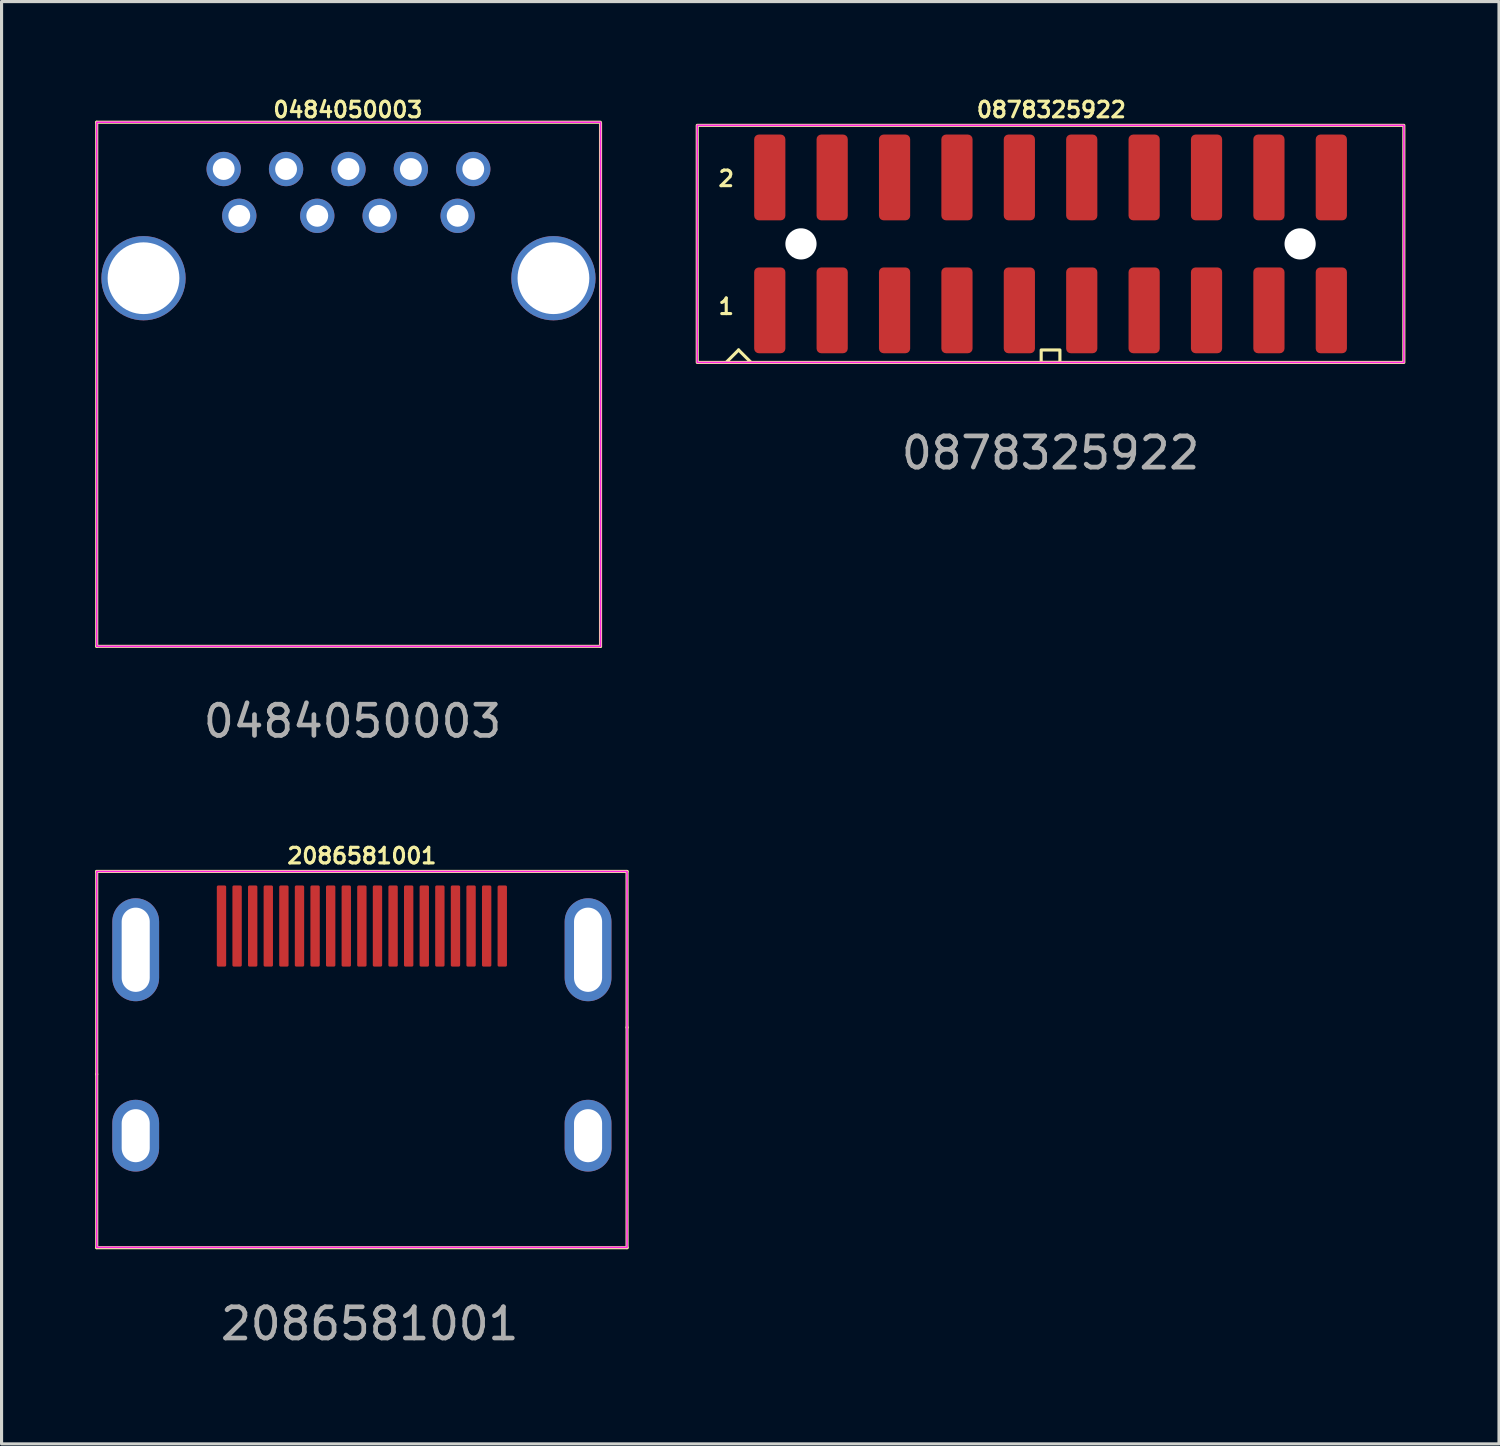
<source format=kicad_pcb>
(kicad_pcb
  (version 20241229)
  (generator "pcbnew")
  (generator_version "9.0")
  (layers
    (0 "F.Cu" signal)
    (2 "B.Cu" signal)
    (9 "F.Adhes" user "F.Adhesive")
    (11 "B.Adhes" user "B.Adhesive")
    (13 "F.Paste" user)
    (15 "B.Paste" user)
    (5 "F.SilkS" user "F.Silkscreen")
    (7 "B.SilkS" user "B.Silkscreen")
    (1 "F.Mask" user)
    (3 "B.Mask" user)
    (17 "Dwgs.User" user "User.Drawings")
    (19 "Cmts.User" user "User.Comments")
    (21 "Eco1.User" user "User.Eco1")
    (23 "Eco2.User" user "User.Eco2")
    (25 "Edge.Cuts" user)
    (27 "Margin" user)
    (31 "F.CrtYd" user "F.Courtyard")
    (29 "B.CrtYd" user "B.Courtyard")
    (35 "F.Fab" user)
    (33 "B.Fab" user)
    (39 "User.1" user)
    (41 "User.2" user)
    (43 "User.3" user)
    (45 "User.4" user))
  (footprint "0878325922"
    (layer "F.Cu")
    (at 30.625 4.768)
    (property "Reference" "0878325922" (at 0.025 -4.3 0) (unlocked yes) (layer "F.SilkS") (effects (font (size 0.5 0.5) (thickness 0.1))))
    (attr smd)
    (fp_line (start -10.4 3.8) (end -10 3.4) (stroke (width 0.1) (type default)) (layer "F.SilkS"))
    (fp_line (start -10 3.4) (end -9.6 3.8) (stroke (width 0.1) (type default)) (layer "F.SilkS"))
    (fp_rect (start -11.325 -3.8) (end 11.325 3.8) (stroke (width 0.1) (type solid)) (fill no) (layer "F.SilkS"))
    (fp_rect (start -0.3 3.4) (end 0.3 3.8) (stroke (width 0.1) (type default)) (fill no) (layer "F.SilkS"))
    (fp_rect (start -11.325 -3.8) (end 11.325 3.8) (stroke (width 0.05) (type default)) (fill no) (layer "F.CrtYd"))
    (fp_text user "1" (at -10.7 2.3 0) (unlocked yes) (layer "F.SilkS") (effects (font (size 0.5 0.5) (thickness 0.1)) (justify left bottom)))
    (fp_text user "2" (at -10.7 -1.8 0) (unlocked yes) (layer "F.SilkS") (effects (font (size 0.5 0.5) (thickness 0.1)) (justify left bottom)))
    (fp_text user "${REFERENCE}" (at 0 6.7 0) (unlocked yes) (layer "F.Fab") (effects (font (size 1 1) (thickness 0.15))))
    (pad "" np_thru_hole circle (at -8 0) (size 1 1) (drill 1) (layers "*.Cu" "*.Mask"))
    (pad "" np_thru_hole circle (at 8 0) (size 1 1) (drill 1) (layers "*.Cu" "*.Mask"))
    (pad "1" smd roundrect (at -9 2.13) (size 1 2.75) (layers "F.Cu" "F.Mask" "F.Paste") (roundrect_rratio 0.15))
    (pad "2" smd roundrect (at -9 -2.13) (size 1 2.75) (layers "F.Cu" "F.Mask" "F.Paste") (roundrect_rratio 0.15))
    (pad "3" smd roundrect (at -7 2.13) (size 1 2.75) (layers "F.Cu" "F.Mask" "F.Paste") (roundrect_rratio 0.15))
    (pad "4" smd roundrect (at -7 -2.13) (size 1 2.75) (layers "F.Cu" "F.Mask" "F.Paste") (roundrect_rratio 0.15))
    (pad "5" smd roundrect (at -5 2.13) (size 1 2.75) (layers "F.Cu" "F.Mask" "F.Paste") (roundrect_rratio 0.15))
    (pad "6" smd roundrect (at -5 -2.13) (size 1 2.75) (layers "F.Cu" "F.Mask" "F.Paste") (roundrect_rratio 0.15))
    (pad "7" smd roundrect (at -3 2.13) (size 1 2.75) (layers "F.Cu" "F.Mask" "F.Paste") (roundrect_rratio 0.15))
    (pad "8" smd roundrect (at -3 -2.13) (size 1 2.75) (layers "F.Cu" "F.Mask" "F.Paste") (roundrect_rratio 0.15))
    (pad "9" smd roundrect (at -1 2.13) (size 1 2.75) (layers "F.Cu" "F.Mask" "F.Paste") (roundrect_rratio 0.15))
    (pad "10" smd roundrect (at -1 -2.13) (size 1 2.75) (layers "F.Cu" "F.Mask" "F.Paste") (roundrect_rratio 0.15))
    (pad "11" smd roundrect (at 1 2.13) (size 1 2.75) (layers "F.Cu" "F.Mask" "F.Paste") (roundrect_rratio 0.15))
    (pad "12" smd roundrect (at 1 -2.13) (size 1 2.75) (layers "F.Cu" "F.Mask" "F.Paste") (roundrect_rratio 0.15))
    (pad "13" smd roundrect (at 3 2.13) (size 1 2.75) (layers "F.Cu" "F.Mask" "F.Paste") (roundrect_rratio 0.15))
    (pad "14" smd roundrect (at 3 -2.13) (size 1 2.75) (layers "F.Cu" "F.Mask" "F.Paste") (roundrect_rratio 0.15))
    (pad "15" smd roundrect (at 5 2.13) (size 1 2.75) (layers "F.Cu" "F.Mask" "F.Paste") (roundrect_rratio 0.15))
    (pad "16" smd roundrect (at 5 -2.13) (size 1 2.75) (layers "F.Cu" "F.Mask" "F.Paste") (roundrect_rratio 0.15))
    (pad "17" smd roundrect (at 7 2.13) (size 1 2.75) (layers "F.Cu" "F.Mask" "F.Paste") (roundrect_rratio 0.15))
    (pad "18" smd roundrect (at 7 -2.13) (size 1 2.75) (layers "F.Cu" "F.Mask" "F.Paste") (roundrect_rratio 0.15))
    (pad "19" smd roundrect (at 9 2.13) (size 1 2.75) (layers "F.Cu" "F.Mask" "F.Paste") (roundrect_rratio 0.15))
    (pad "20" smd roundrect (at 9 -2.13) (size 1 2.75) (layers "F.Cu" "F.Mask" "F.Paste") (roundrect_rratio 0.15)))
  (footprint "2086581001"
    (layer "F.Cu")
    (at 8.55 30.909)
    (property "Reference" "2086581001" (at 0 -6.525 0) (unlocked yes) (layer "F.SilkS") (effects (font (size 0.5 0.5) (thickness 0.1))))
    (attr smd)
    (fp_line (start -8.5 -6.025) (end 8.5 -6.025) (stroke (width 0.1) (type default)) (layer "F.SilkS"))
    (fp_line (start -8.5 0.475) (end -8.5 -6.025) (stroke (width 0.1) (type default)) (layer "F.SilkS"))
    (fp_line (start -8.5 6.035) (end -8.5 0.475) (stroke (width 0.1) (type default)) (layer "F.SilkS"))
    (fp_line (start -8.5 6.035) (end 8.5 6.035) (stroke (width 0.1) (type solid)) (layer "F.SilkS"))
    (fp_line (start 8.5 -6.025) (end 8.5 -1.025) (stroke (width 0.1) (type default)) (layer "F.SilkS"))
    (fp_line (start 8.5 -1.025) (end 8.5 6.035) (stroke (width 0.1) (type default)) (layer "F.SilkS"))
    (fp_rect (start -8.5 -6.025) (end 8.5 6.025) (stroke (width 0.05) (type default)) (fill no) (layer "F.CrtYd"))
    (fp_text user "${REFERENCE}" (at 0.25 8.475 0) (unlocked yes) (layer "F.Fab") (effects (font (size 1 1) (thickness 0.15))))
    (pad "1" smd roundrect (at 4.5 -4.275) (size 0.3 2.6) (layers "F.Cu" "F.Mask" "F.Paste") (roundrect_rratio 0.15))
    (pad "2" smd roundrect (at 4 -4.275) (size 0.3 2.6) (layers "F.Cu" "F.Mask" "F.Paste") (roundrect_rratio 0.15))
    (pad "3" smd roundrect (at 3.5 -4.275) (size 0.3 2.6) (layers "F.Cu" "F.Mask" "F.Paste") (roundrect_rratio 0.15))
    (pad "4" smd roundrect (at 3 -4.275) (size 0.3 2.6) (layers "F.Cu" "F.Mask" "F.Paste") (roundrect_rratio 0.15))
    (pad "5" smd roundrect (at 2.5 -4.275) (size 0.3 2.6) (layers "F.Cu" "F.Mask" "F.Paste") (roundrect_rratio 0.15))
    (pad "6" smd roundrect (at 2 -4.275) (size 0.3 2.6) (layers "F.Cu" "F.Mask" "F.Paste") (roundrect_rratio 0.15))
    (pad "7" smd roundrect (at 1.5 -4.275) (size 0.3 2.6) (layers "F.Cu" "F.Mask" "F.Paste") (roundrect_rratio 0.15))
    (pad "8" smd roundrect (at 1 -4.275) (size 0.3 2.6) (layers "F.Cu" "F.Mask" "F.Paste") (roundrect_rratio 0.15))
    (pad "9" smd roundrect (at 0.5 -4.275) (size 0.3 2.6) (layers "F.Cu" "F.Mask" "F.Paste") (roundrect_rratio 0.15))
    (pad "10" smd roundrect (at 0 -4.275) (size 0.3 2.6) (layers "F.Cu" "F.Mask" "F.Paste") (roundrect_rratio 0.15))
    (pad "11" smd roundrect (at -0.5 -4.275) (size 0.3 2.6) (layers "F.Cu" "F.Mask" "F.Paste") (roundrect_rratio 0.15))
    (pad "12" smd roundrect (at -1 -4.275) (size 0.3 2.6) (layers "F.Cu" "F.Mask" "F.Paste") (roundrect_rratio 0.15))
    (pad "13" smd roundrect (at -1.5 -4.275) (size 0.3 2.6) (layers "F.Cu" "F.Mask" "F.Paste") (roundrect_rratio 0.15))
    (pad "14" smd roundrect (at -2 -4.275) (size 0.3 2.6) (layers "F.Cu" "F.Mask" "F.Paste") (roundrect_rratio 0.15))
    (pad "15" smd roundrect (at -2.5 -4.275) (size 0.3 2.6) (layers "F.Cu" "F.Mask" "F.Paste") (roundrect_rratio 0.15))
    (pad "16" smd roundrect (at -3 -4.275) (size 0.3 2.6) (layers "F.Cu" "F.Mask" "F.Paste") (roundrect_rratio 0.15))
    (pad "17" smd roundrect (at -3.5 -4.275) (size 0.3 2.6) (layers "F.Cu" "F.Mask" "F.Paste") (roundrect_rratio 0.15))
    (pad "18" smd roundrect (at -4 -4.275) (size 0.3 2.6) (layers "F.Cu" "F.Mask" "F.Paste") (roundrect_rratio 0.15))
    (pad "19" smd roundrect (at -4.5 -4.275) (size 0.3 2.6) (layers "F.Cu" "F.Mask" "F.Paste") (roundrect_rratio 0.15))
    (pad "20" thru_hole oval (at 7.25 -3.515) (size 1.5 3.3) (drill oval 0.9 2.7) (layers "*.Cu" "*.Mask"))
    (pad "21" thru_hole oval (at -7.25 -3.515) (size 1.5 3.3) (drill oval 0.9 2.7) (layers "*.Cu" "*.Mask"))
    (pad "22" thru_hole oval (at 7.25 2.445) (size 1.5 2.3) (drill oval 0.9 1.7) (layers "*.Cu" "*.Mask"))
    (pad "23" thru_hole oval (at -7.25 2.445) (size 1.5 2.3) (drill oval 0.9 1.7) (layers "*.Cu" "*.Mask")))
  (footprint "0484050003"
    (layer "F.Cu")
    (at 8.125 9.268)
    (property "Reference" "0484050003" (at -0.025 -8.8 0) (unlocked yes) (layer "F.SilkS") (effects (font (size 0.5 0.5) (thickness 0.1))))
    (attr smd)
    (fp_line (start -8.075 -8.4) (end 8.065 -8.4) (stroke (width 0.1) (type solid)) (layer "F.SilkS"))
    (fp_line (start -8.075 8.4) (end -8.075 -8.4) (stroke (width 0.1) (type default)) (layer "F.SilkS"))
    (fp_line (start -8.075 8.4) (end 8.075 8.4) (stroke (width 0.1) (type solid)) (layer "F.SilkS"))
    (fp_line (start 8.075 8.4) (end 8.075 -8.38) (stroke (width 0.1) (type default)) (layer "F.SilkS"))
    (fp_rect (start -8.075 -8.4) (end 8.075 8.4) (stroke (width 0.05) (type default)) (fill no) (layer "F.CrtYd"))
    (fp_text user "${REFERENCE}" (at 0.125 10.8 0) (unlocked yes) (layer "F.Fab") (effects (font (size 1 1) (thickness 0.15))))
    (pad "1" thru_hole circle (at -3.505 -5.4) (size 1.1 1.1) (drill 0.7) (layers "*.Cu" "*.Mask"))
    (pad "2" thru_hole circle (at -1.005 -5.4) (size 1.1 1.1) (drill 0.7) (layers "*.Cu" "*.Mask"))
    (pad "3" thru_hole circle (at 0.995 -5.4) (size 1.1 1.1) (drill 0.7) (layers "*.Cu" "*.Mask"))
    (pad "4" thru_hole circle (at 3.495 -5.4) (size 1.1 1.1) (drill 0.7) (layers "*.Cu" "*.Mask"))
    (pad "5" thru_hole circle (at 3.995 -6.9) (size 1.1 1.1) (drill 0.7) (layers "*.Cu" "*.Mask"))
    (pad "6" thru_hole circle (at 1.995 -6.9) (size 1.1 1.1) (drill 0.7) (layers "*.Cu" "*.Mask"))
    (pad "7" thru_hole circle (at -0.005 -6.9) (size 1.1 1.1) (drill 0.7) (layers "*.Cu" "*.Mask"))
    (pad "8" thru_hole circle (at -2.005 -6.9) (size 1.1 1.1) (drill 0.7) (layers "*.Cu" "*.Mask"))
    (pad "9" thru_hole circle (at -4.005 -6.9) (size 1.1 1.1) (drill 0.7) (layers "*.Cu" "*.Mask"))
    (pad "10" thru_hole circle (at -6.575 -3.4) (size 2.7 2.7) (drill 2.3) (layers "*.Cu" "*.Mask"))
    (pad "11" thru_hole circle (at 6.565 -3.4) (size 2.7 2.7) (drill 2.3) (layers "*.Cu" "*.Mask")))
  (gr_rect
    (start -3 -3)
    (end 45 43.233)
    (stroke (width 0.1) (type default))
    (fill no)
    (layer "Edge.Cuts")))
</source>
